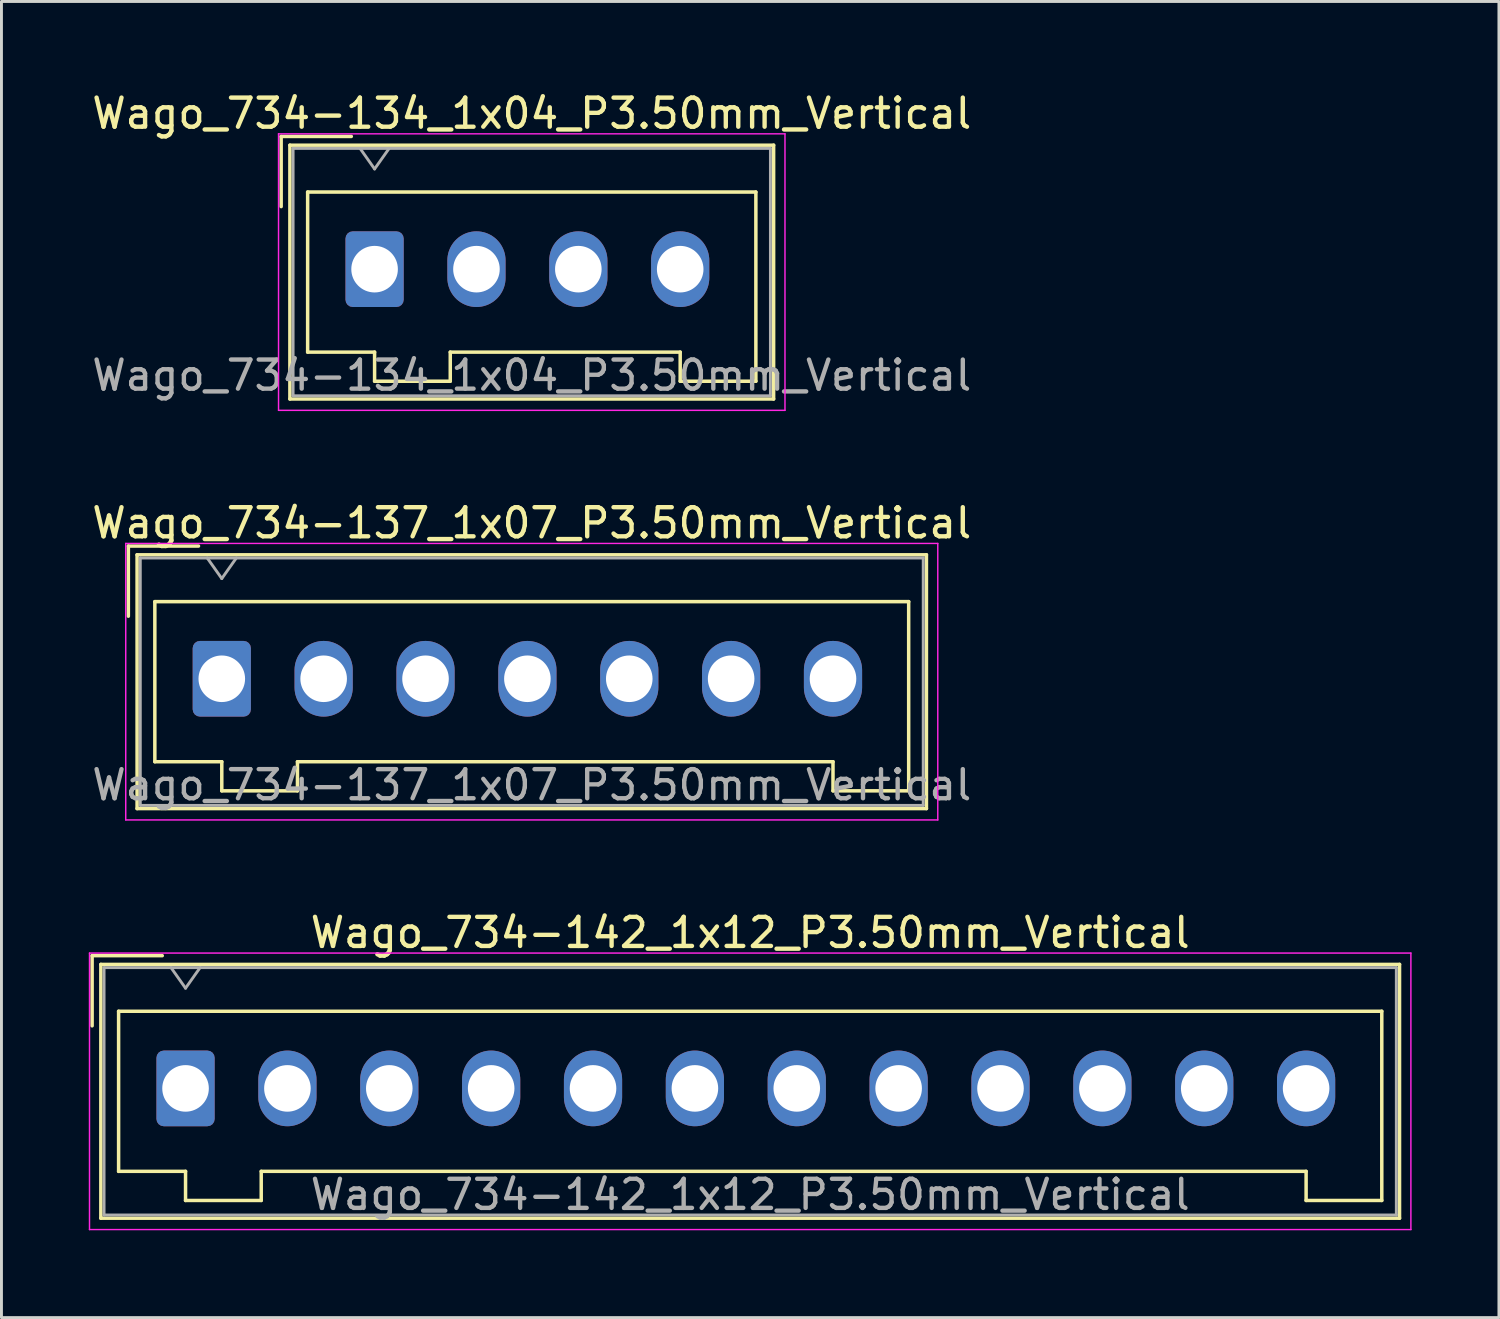
<source format=kicad_pcb>
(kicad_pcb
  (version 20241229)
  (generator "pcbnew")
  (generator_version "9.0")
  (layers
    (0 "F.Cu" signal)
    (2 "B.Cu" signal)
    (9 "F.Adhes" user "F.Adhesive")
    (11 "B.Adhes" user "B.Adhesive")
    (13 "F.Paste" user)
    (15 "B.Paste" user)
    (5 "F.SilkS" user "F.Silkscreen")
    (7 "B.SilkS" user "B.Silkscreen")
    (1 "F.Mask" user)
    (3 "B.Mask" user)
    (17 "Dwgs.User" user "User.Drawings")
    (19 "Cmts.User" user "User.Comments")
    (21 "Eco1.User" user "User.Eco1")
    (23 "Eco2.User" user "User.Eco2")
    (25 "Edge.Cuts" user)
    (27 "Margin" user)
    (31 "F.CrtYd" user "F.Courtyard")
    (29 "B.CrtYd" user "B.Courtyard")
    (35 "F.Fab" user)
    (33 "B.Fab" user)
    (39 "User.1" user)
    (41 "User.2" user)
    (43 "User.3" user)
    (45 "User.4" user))
  (footprint "Wago_734-134_1x04_P3.50mm_Vertical"
    (layer "F.Cu")
    (at 9.82 6.198)
    (property "Reference" "Wago_734-134_1x04_P3.50mm_Vertical" (at 5.4 -5.35 0) (layer "F.SilkS") (effects (font (size 1 1) (thickness 0.15))))
    (attr through_hole)
    (fp_line (start -3.21 -4.56) (end -0.8 -4.56) (stroke (width 0.12) (type solid)) (layer "F.SilkS"))
    (fp_line (start -3.21 -2.15) (end -3.21 -4.56) (stroke (width 0.12) (type solid)) (layer "F.SilkS"))
    (fp_line (start -2.91 -4.26) (end -2.91 4.46) (stroke (width 0.12) (type solid)) (layer "F.SilkS"))
    (fp_line (start -2.91 4.46) (end 13.71 4.46) (stroke (width 0.12) (type solid)) (layer "F.SilkS"))
    (fp_line (start -2.3 -2.65) (end -2.3 2.85) (stroke (width 0.12) (type solid)) (layer "F.SilkS"))
    (fp_line (start -2.3 2.85) (end 0 2.85) (stroke (width 0.12) (type solid)) (layer "F.SilkS"))
    (fp_line (start 0 2.85) (end 0 3.85) (stroke (width 0.12) (type solid)) (layer "F.SilkS"))
    (fp_line (start 0 3.85) (end 2.6 3.85) (stroke (width 0.12) (type solid)) (layer "F.SilkS"))
    (fp_line (start 2.6 2.85) (end 10.5 2.85) (stroke (width 0.12) (type solid)) (layer "F.SilkS"))
    (fp_line (start 2.6 3.85) (end 2.6 2.85) (stroke (width 0.12) (type solid)) (layer "F.SilkS"))
    (fp_line (start 10.5 2.85) (end 10.5 3.85) (stroke (width 0.12) (type solid)) (layer "F.SilkS"))
    (fp_line (start 10.5 3.85) (end 13.1 3.85) (stroke (width 0.12) (type solid)) (layer "F.SilkS"))
    (fp_line (start 13.1 -2.65) (end -2.3 -2.65) (stroke (width 0.12) (type solid)) (layer "F.SilkS"))
    (fp_line (start 13.1 3.85) (end 13.1 -2.65) (stroke (width 0.12) (type solid)) (layer "F.SilkS"))
    (fp_line (start 13.71 -4.26) (end -2.91 -4.26) (stroke (width 0.12) (type solid)) (layer "F.SilkS"))
    (fp_line (start 13.71 4.46) (end 13.71 -4.26) (stroke (width 0.12) (type solid)) (layer "F.SilkS"))
    (fp_line (start -3.3 -4.65) (end -3.3 4.85) (stroke (width 0.05) (type solid)) (layer "F.CrtYd"))
    (fp_line (start -3.3 4.85) (end 14.1 4.85) (stroke (width 0.05) (type solid)) (layer "F.CrtYd"))
    (fp_line (start 14.1 -4.65) (end -3.3 -4.65) (stroke (width 0.05) (type solid)) (layer "F.CrtYd"))
    (fp_line (start 14.1 4.85) (end 14.1 -4.65) (stroke (width 0.05) (type solid)) (layer "F.CrtYd"))
    (fp_line (start -2.8 -4.15) (end -2.8 4.35) (stroke (width 0.1) (type solid)) (layer "F.Fab"))
    (fp_line (start -2.8 4.35) (end 13.6 4.35) (stroke (width 0.1) (type solid)) (layer "F.Fab"))
    (fp_line (start -0.5 -4.15) (end 0 -3.443) (stroke (width 0.1) (type solid)) (layer "F.Fab"))
    (fp_line (start 0 -3.443) (end 0.5 -4.15) (stroke (width 0.1) (type solid)) (layer "F.Fab"))
    (fp_line (start 13.6 -4.15) (end -2.8 -4.15) (stroke (width 0.1) (type solid)) (layer "F.Fab"))
    (fp_line (start 13.6 4.35) (end 13.6 -4.15) (stroke (width 0.1) (type solid)) (layer "F.Fab"))
    (fp_text user "${REFERENCE}" (at 5.4 3.65 0) (layer "F.Fab") (effects (font (size 1 1) (thickness 0.15))))
    (pad "1" thru_hole roundrect (at 0 0) (size 2 2.6) (drill 1.6) (layers "*.Cu" "*.Mask") (roundrect_rratio 0.125))
    (pad "2" thru_hole oval (at 3.5 0) (size 2 2.6) (drill 1.6) (layers "*.Cu" "*.Mask"))
    (pad "3" thru_hole oval (at 7 0) (size 2 2.6) (drill 1.6) (layers "*.Cu" "*.Mask"))
    (pad "4" thru_hole oval (at 10.5 0) (size 2 2.6) (drill 1.6) (layers "*.Cu" "*.Mask")))
  (footprint "Wago_734-137_1x07_P3.50mm_Vertical"
    (layer "F.Cu")
    (at 4.57 20.271)
    (property "Reference" "Wago_734-137_1x07_P3.50mm_Vertical" (at 10.65 -5.35 0) (layer "F.SilkS") (effects (font (size 1 1) (thickness 0.15))))
    (attr through_hole)
    (fp_line (start -3.21 -4.56) (end -0.8 -4.56) (stroke (width 0.12) (type solid)) (layer "F.SilkS"))
    (fp_line (start -3.21 -2.15) (end -3.21 -4.56) (stroke (width 0.12) (type solid)) (layer "F.SilkS"))
    (fp_line (start -2.91 -4.26) (end -2.91 4.46) (stroke (width 0.12) (type solid)) (layer "F.SilkS"))
    (fp_line (start -2.91 4.46) (end 24.21 4.46) (stroke (width 0.12) (type solid)) (layer "F.SilkS"))
    (fp_line (start -2.3 -2.65) (end -2.3 2.85) (stroke (width 0.12) (type solid)) (layer "F.SilkS"))
    (fp_line (start -2.3 2.85) (end 0 2.85) (stroke (width 0.12) (type solid)) (layer "F.SilkS"))
    (fp_line (start 0 2.85) (end 0 3.85) (stroke (width 0.12) (type solid)) (layer "F.SilkS"))
    (fp_line (start 0 3.85) (end 2.6 3.85) (stroke (width 0.12) (type solid)) (layer "F.SilkS"))
    (fp_line (start 2.6 2.85) (end 21 2.85) (stroke (width 0.12) (type solid)) (layer "F.SilkS"))
    (fp_line (start 2.6 3.85) (end 2.6 2.85) (stroke (width 0.12) (type solid)) (layer "F.SilkS"))
    (fp_line (start 21 2.85) (end 21 3.85) (stroke (width 0.12) (type solid)) (layer "F.SilkS"))
    (fp_line (start 21 3.85) (end 23.6 3.85) (stroke (width 0.12) (type solid)) (layer "F.SilkS"))
    (fp_line (start 23.6 -2.65) (end -2.3 -2.65) (stroke (width 0.12) (type solid)) (layer "F.SilkS"))
    (fp_line (start 23.6 3.85) (end 23.6 -2.65) (stroke (width 0.12) (type solid)) (layer "F.SilkS"))
    (fp_line (start 24.21 -4.26) (end -2.91 -4.26) (stroke (width 0.12) (type solid)) (layer "F.SilkS"))
    (fp_line (start 24.21 4.46) (end 24.21 -4.26) (stroke (width 0.12) (type solid)) (layer "F.SilkS"))
    (fp_line (start -3.3 -4.65) (end -3.3 4.85) (stroke (width 0.05) (type solid)) (layer "F.CrtYd"))
    (fp_line (start -3.3 4.85) (end 24.6 4.85) (stroke (width 0.05) (type solid)) (layer "F.CrtYd"))
    (fp_line (start 24.6 -4.65) (end -3.3 -4.65) (stroke (width 0.05) (type solid)) (layer "F.CrtYd"))
    (fp_line (start 24.6 4.85) (end 24.6 -4.65) (stroke (width 0.05) (type solid)) (layer "F.CrtYd"))
    (fp_line (start -2.8 -4.15) (end -2.8 4.35) (stroke (width 0.1) (type solid)) (layer "F.Fab"))
    (fp_line (start -2.8 4.35) (end 24.1 4.35) (stroke (width 0.1) (type solid)) (layer "F.Fab"))
    (fp_line (start -0.5 -4.15) (end 0 -3.443) (stroke (width 0.1) (type solid)) (layer "F.Fab"))
    (fp_line (start 0 -3.443) (end 0.5 -4.15) (stroke (width 0.1) (type solid)) (layer "F.Fab"))
    (fp_line (start 24.1 -4.15) (end -2.8 -4.15) (stroke (width 0.1) (type solid)) (layer "F.Fab"))
    (fp_line (start 24.1 4.35) (end 24.1 -4.15) (stroke (width 0.1) (type solid)) (layer "F.Fab"))
    (fp_text user "${REFERENCE}" (at 10.65 3.65 0) (layer "F.Fab") (effects (font (size 1 1) (thickness 0.15))))
    (pad "1" thru_hole roundrect (at 0 0) (size 2 2.6) (drill 1.6) (layers "*.Cu" "*.Mask") (roundrect_rratio 0.125))
    (pad "2" thru_hole oval (at 3.5 0) (size 2 2.6) (drill 1.6) (layers "*.Cu" "*.Mask"))
    (pad "3" thru_hole oval (at 7 0) (size 2 2.6) (drill 1.6) (layers "*.Cu" "*.Mask"))
    (pad "4" thru_hole oval (at 10.5 0) (size 2 2.6) (drill 1.6) (layers "*.Cu" "*.Mask"))
    (pad "5" thru_hole oval (at 14 0) (size 2 2.6) (drill 1.6) (layers "*.Cu" "*.Mask"))
    (pad "6" thru_hole oval (at 17.5 0) (size 2 2.6) (drill 1.6) (layers "*.Cu" "*.Mask"))
    (pad "7" thru_hole oval (at 21 0) (size 2 2.6) (drill 1.6) (layers "*.Cu" "*.Mask")))
  (footprint "Wago_734-142_1x12_P3.50mm_Vertical"
    (layer "F.Cu")
    (at 3.325 34.345)
    (property "Reference" "Wago_734-142_1x12_P3.50mm_Vertical" (at 19.4 -5.35 0) (layer "F.SilkS") (effects (font (size 1 1) (thickness 0.15))))
    (attr through_hole)
    (fp_line (start -3.21 -4.56) (end -0.8 -4.56) (stroke (width 0.12) (type solid)) (layer "F.SilkS"))
    (fp_line (start -3.21 -2.15) (end -3.21 -4.56) (stroke (width 0.12) (type solid)) (layer "F.SilkS"))
    (fp_line (start -2.91 -4.26) (end -2.91 4.46) (stroke (width 0.12) (type solid)) (layer "F.SilkS"))
    (fp_line (start -2.91 4.46) (end 41.71 4.46) (stroke (width 0.12) (type solid)) (layer "F.SilkS"))
    (fp_line (start -2.3 -2.65) (end -2.3 2.85) (stroke (width 0.12) (type solid)) (layer "F.SilkS"))
    (fp_line (start -2.3 2.85) (end 0 2.85) (stroke (width 0.12) (type solid)) (layer "F.SilkS"))
    (fp_line (start 0 2.85) (end 0 3.85) (stroke (width 0.12) (type solid)) (layer "F.SilkS"))
    (fp_line (start 0 3.85) (end 2.6 3.85) (stroke (width 0.12) (type solid)) (layer "F.SilkS"))
    (fp_line (start 2.6 2.85) (end 38.5 2.85) (stroke (width 0.12) (type solid)) (layer "F.SilkS"))
    (fp_line (start 2.6 3.85) (end 2.6 2.85) (stroke (width 0.12) (type solid)) (layer "F.SilkS"))
    (fp_line (start 38.5 2.85) (end 38.5 3.85) (stroke (width 0.12) (type solid)) (layer "F.SilkS"))
    (fp_line (start 38.5 3.85) (end 41.1 3.85) (stroke (width 0.12) (type solid)) (layer "F.SilkS"))
    (fp_line (start 41.1 -2.65) (end -2.3 -2.65) (stroke (width 0.12) (type solid)) (layer "F.SilkS"))
    (fp_line (start 41.1 3.85) (end 41.1 -2.65) (stroke (width 0.12) (type solid)) (layer "F.SilkS"))
    (fp_line (start 41.71 -4.26) (end -2.91 -4.26) (stroke (width 0.12) (type solid)) (layer "F.SilkS"))
    (fp_line (start 41.71 4.46) (end 41.71 -4.26) (stroke (width 0.12) (type solid)) (layer "F.SilkS"))
    (fp_line (start -3.3 -4.65) (end -3.3 4.85) (stroke (width 0.05) (type solid)) (layer "F.CrtYd"))
    (fp_line (start -3.3 4.85) (end 42.1 4.85) (stroke (width 0.05) (type solid)) (layer "F.CrtYd"))
    (fp_line (start 42.1 -4.65) (end -3.3 -4.65) (stroke (width 0.05) (type solid)) (layer "F.CrtYd"))
    (fp_line (start 42.1 4.85) (end 42.1 -4.65) (stroke (width 0.05) (type solid)) (layer "F.CrtYd"))
    (fp_line (start -2.8 -4.15) (end -2.8 4.35) (stroke (width 0.1) (type solid)) (layer "F.Fab"))
    (fp_line (start -2.8 4.35) (end 41.6 4.35) (stroke (width 0.1) (type solid)) (layer "F.Fab"))
    (fp_line (start -0.5 -4.15) (end 0 -3.443) (stroke (width 0.1) (type solid)) (layer "F.Fab"))
    (fp_line (start 0 -3.443) (end 0.5 -4.15) (stroke (width 0.1) (type solid)) (layer "F.Fab"))
    (fp_line (start 41.6 -4.15) (end -2.8 -4.15) (stroke (width 0.1) (type solid)) (layer "F.Fab"))
    (fp_line (start 41.6 4.35) (end 41.6 -4.15) (stroke (width 0.1) (type solid)) (layer "F.Fab"))
    (fp_text user "${REFERENCE}" (at 19.4 3.65 0) (layer "F.Fab") (effects (font (size 1 1) (thickness 0.15))))
    (pad "1" thru_hole roundrect (at 0 0) (size 2 2.6) (drill 1.6) (layers "*.Cu" "*.Mask") (roundrect_rratio 0.125))
    (pad "2" thru_hole oval (at 3.5 0) (size 2 2.6) (drill 1.6) (layers "*.Cu" "*.Mask"))
    (pad "3" thru_hole oval (at 7 0) (size 2 2.6) (drill 1.6) (layers "*.Cu" "*.Mask"))
    (pad "4" thru_hole oval (at 10.5 0) (size 2 2.6) (drill 1.6) (layers "*.Cu" "*.Mask"))
    (pad "5" thru_hole oval (at 14 0) (size 2 2.6) (drill 1.6) (layers "*.Cu" "*.Mask"))
    (pad "6" thru_hole oval (at 17.5 0) (size 2 2.6) (drill 1.6) (layers "*.Cu" "*.Mask"))
    (pad "7" thru_hole oval (at 21 0) (size 2 2.6) (drill 1.6) (layers "*.Cu" "*.Mask"))
    (pad "8" thru_hole oval (at 24.5 0) (size 2 2.6) (drill 1.6) (layers "*.Cu" "*.Mask"))
    (pad "9" thru_hole oval (at 28 0) (size 2 2.6) (drill 1.6) (layers "*.Cu" "*.Mask"))
    (pad "10" thru_hole oval (at 31.5 0) (size 2 2.6) (drill 1.6) (layers "*.Cu" "*.Mask"))
    (pad "11" thru_hole oval (at 35 0) (size 2 2.6) (drill 1.6) (layers "*.Cu" "*.Mask"))
    (pad "12" thru_hole oval (at 38.5 0) (size 2 2.6) (drill 1.6) (layers "*.Cu" "*.Mask")))
  (gr_rect
    (start -3 -3)
    (end 48.45 42.22)
    (stroke (width 0.1) (type default))
    (fill no)
    (layer "Edge.Cuts")))
</source>
